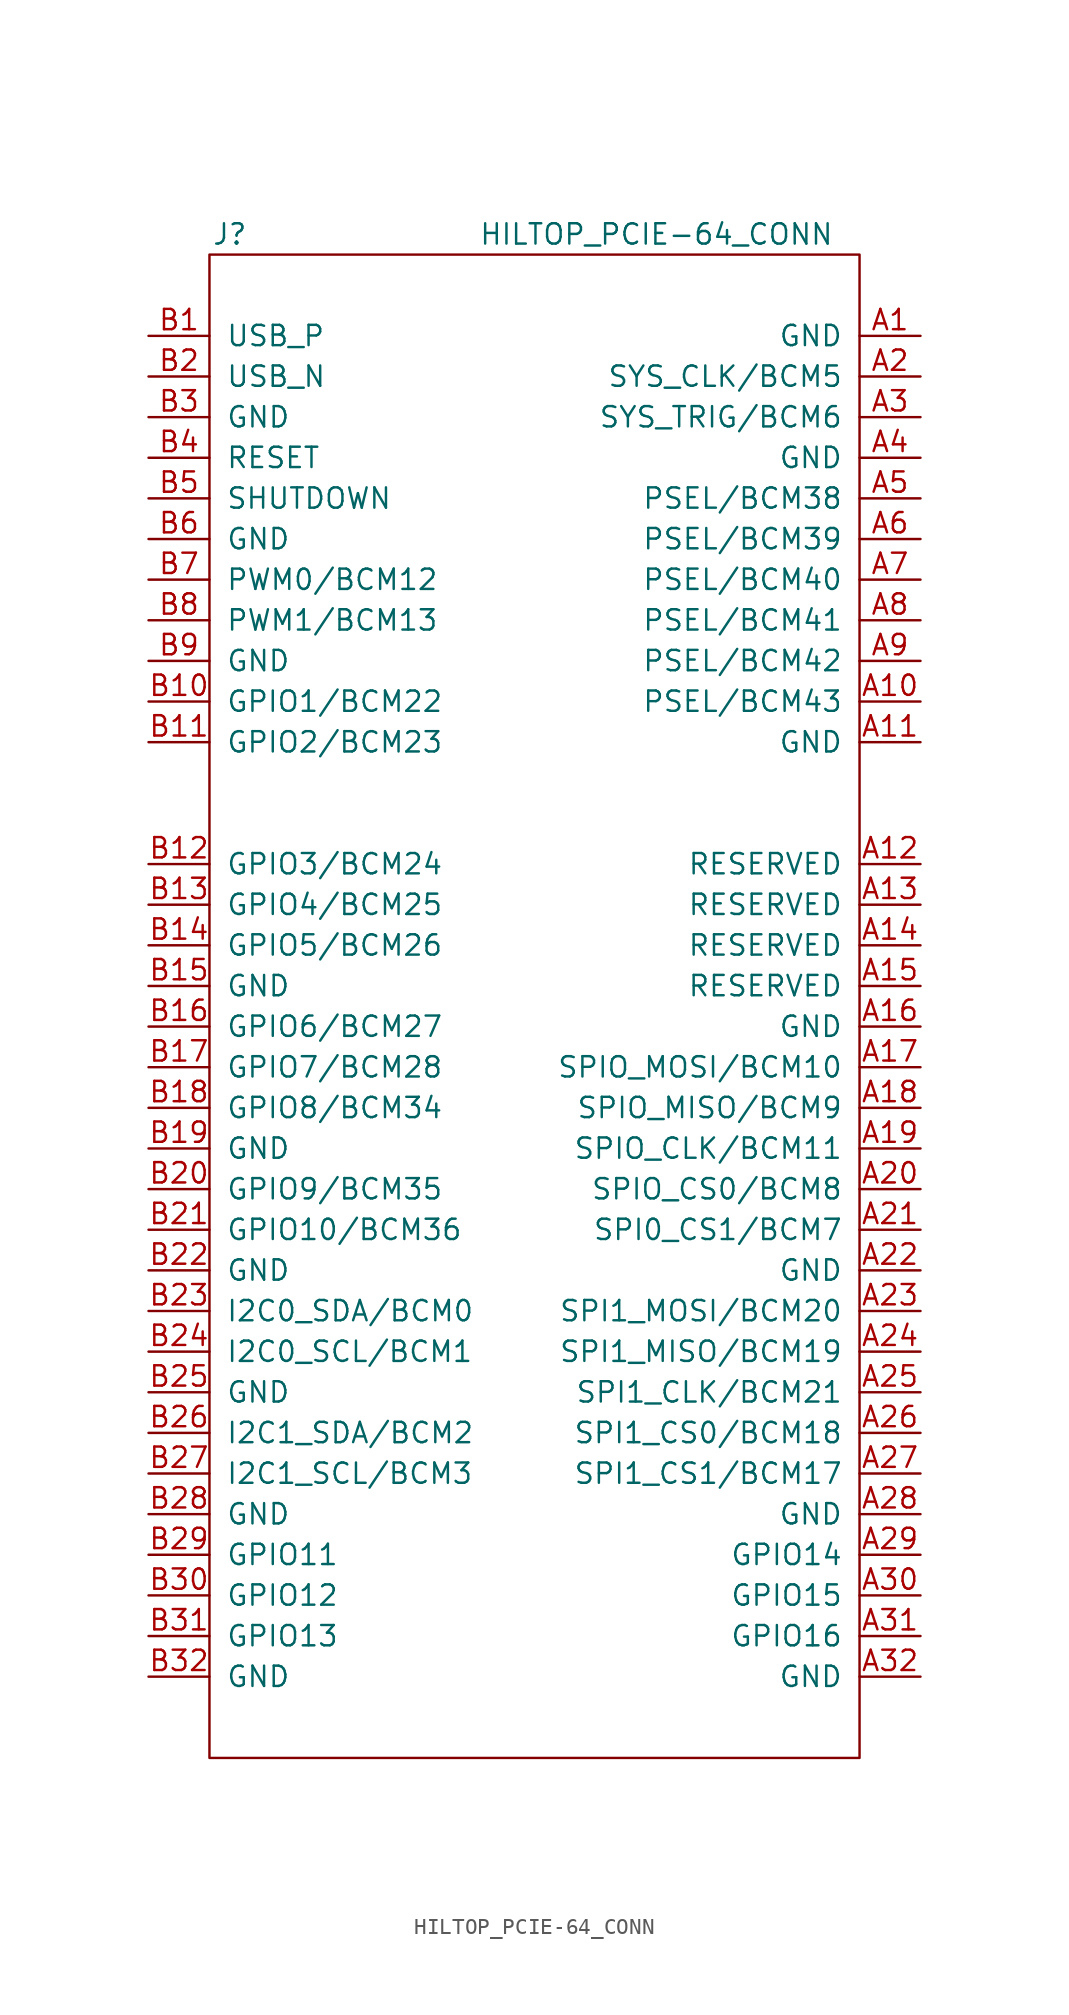
<source format=kicad_sym>
(kicad_symbol_lib
  (version 20211014)
  (generator kicad_symbol_editor)
  (symbol "HILTOP_PCIE-64_CONN"
    (pin_names
      (offset 1.016))
    (property "Reference" "J"
      (at -19.05 45.72 0)
      (effects (font (size 1.27 1.27))))
    (property "Value" "HILTOP_PCIE-64_CONN"
      (at 7.62 45.72 0)
      (effects (font (size 1.27 1.27))))
    (symbol "HILTOP_PCIE-64_CONN_1_0"
      (rectangle (start -20.32 -49.53) (end 20.32 44.45) (stroke (width 0) (type default) (color 0 0 0 0)) (fill (type none))))
    (symbol "HILTOP_PCIE-64_CONN_1_1"
      (pin input line (at 24.13 39.37 180) (length 3.81) (name "GND" (effects (font (size 1.27 1.27)))) (number "A1" (effects (font (size 1.27 1.27)))))
      (pin input line (at 24.13 16.51 180) (length 3.81) (name "PSEL/BCM43" (effects (font (size 1.27 1.27)))) (number "A10" (effects (font (size 1.27 1.27)))))
      (pin input line (at 24.13 13.97 180) (length 3.81) (name "GND" (effects (font (size 1.27 1.27)))) (number "A11" (effects (font (size 1.27 1.27)))))
      (pin input line (at 24.13 6.35 180) (length 3.81) (name "RESERVED" (effects (font (size 1.27 1.27)))) (number "A12" (effects (font (size 1.27 1.27)))))
      (pin input line (at 24.13 3.81 180) (length 3.81) (name "RESERVED" (effects (font (size 1.27 1.27)))) (number "A13" (effects (font (size 1.27 1.27)))))
      (pin input line (at 24.13 1.27 180) (length 3.81) (name "RESERVED" (effects (font (size 1.27 1.27)))) (number "A14" (effects (font (size 1.27 1.27)))))
      (pin input line (at 24.13 -1.27 180) (length 3.81) (name "RESERVED" (effects (font (size 1.27 1.27)))) (number "A15" (effects (font (size 1.27 1.27)))))
      (pin input line (at 24.13 -3.81 180) (length 3.81) (name "GND" (effects (font (size 1.27 1.27)))) (number "A16" (effects (font (size 1.27 1.27)))))
      (pin input line (at 24.13 -6.35 180) (length 3.81) (name "SPIO_MOSI/BCM10" (effects (font (size 1.27 1.27)))) (number "A17" (effects (font (size 1.27 1.27)))))
      (pin input line (at 24.13 -8.89 180) (length 3.81) (name "SPIO_MISO/BCM9" (effects (font (size 1.27 1.27)))) (number "A18" (effects (font (size 1.27 1.27)))))
      (pin input line (at 24.13 -11.43 180) (length 3.81) (name "SPIO_CLK/BCM11" (effects (font (size 1.27 1.27)))) (number "A19" (effects (font (size 1.27 1.27)))))
      (pin input line (at 24.13 36.83 180) (length 3.81) (name "SYS_CLK/BCM5" (effects (font (size 1.27 1.27)))) (number "A2" (effects (font (size 1.27 1.27)))))
      (pin input line (at 24.13 -13.97 180) (length 3.81) (name "SPIO_CS0/BCM8" (effects (font (size 1.27 1.27)))) (number "A20" (effects (font (size 1.27 1.27)))))
      (pin input line (at 24.13 -16.51 180) (length 3.81) (name "SPI0_CS1/BCM7" (effects (font (size 1.27 1.27)))) (number "A21" (effects (font (size 1.27 1.27)))))
      (pin input line (at 24.13 -19.05 180) (length 3.81) (name "GND" (effects (font (size 1.27 1.27)))) (number "A22" (effects (font (size 1.27 1.27)))))
      (pin input line (at 24.13 -21.59 180) (length 3.81) (name "SPI1_MOSI/BCM20" (effects (font (size 1.27 1.27)))) (number "A23" (effects (font (size 1.27 1.27)))))
      (pin input line (at 24.13 -24.13 180) (length 3.81) (name "SPI1_MISO/BCM19" (effects (font (size 1.27 1.27)))) (number "A24" (effects (font (size 1.27 1.27)))))
      (pin input line (at 24.13 -26.67 180) (length 3.81) (name "SPI1_CLK/BCM21" (effects (font (size 1.27 1.27)))) (number "A25" (effects (font (size 1.27 1.27)))))
      (pin input line (at 24.13 -29.21 180) (length 3.81) (name "SPI1_CS0/BCM18" (effects (font (size 1.27 1.27)))) (number "A26" (effects (font (size 1.27 1.27)))))
      (pin input line (at 24.13 -31.75 180) (length 3.81) (name "SPI1_CS1/BCM17" (effects (font (size 1.27 1.27)))) (number "A27" (effects (font (size 1.27 1.27)))))
      (pin input line (at 24.13 -34.29 180) (length 3.81) (name "GND" (effects (font (size 1.27 1.27)))) (number "A28" (effects (font (size 1.27 1.27)))))
      (pin input line (at 24.13 -36.83 180) (length 3.81) (name "GPIO14" (effects (font (size 1.27 1.27)))) (number "A29" (effects (font (size 1.27 1.27)))))
      (pin input line (at 24.13 34.29 180) (length 3.81) (name "SYS_TRIG/BCM6" (effects (font (size 1.27 1.27)))) (number "A3" (effects (font (size 1.27 1.27)))))
      (pin input line (at 24.13 -39.37 180) (length 3.81) (name "GPIO15" (effects (font (size 1.27 1.27)))) (number "A30" (effects (font (size 1.27 1.27)))))
      (pin input line (at 24.13 -41.91 180) (length 3.81) (name "GPIO16" (effects (font (size 1.27 1.27)))) (number "A31" (effects (font (size 1.27 1.27)))))
      (pin input line (at 24.13 -44.45 180) (length 3.81) (name "GND" (effects (font (size 1.27 1.27)))) (number "A32" (effects (font (size 1.27 1.27)))))
      (pin input line (at 24.13 31.75 180) (length 3.81) (name "GND" (effects (font (size 1.27 1.27)))) (number "A4" (effects (font (size 1.27 1.27)))))
      (pin input line (at 24.13 29.21 180) (length 3.81) (name "PSEL/BCM38" (effects (font (size 1.27 1.27)))) (number "A5" (effects (font (size 1.27 1.27)))))
      (pin input line (at 24.13 26.67 180) (length 3.81) (name "PSEL/BCM39" (effects (font (size 1.27 1.27)))) (number "A6" (effects (font (size 1.27 1.27)))))
      (pin input line (at 24.13 24.13 180) (length 3.81) (name "PSEL/BCM40" (effects (font (size 1.27 1.27)))) (number "A7" (effects (font (size 1.27 1.27)))))
      (pin input line (at 24.13 21.59 180) (length 3.81) (name "PSEL/BCM41" (effects (font (size 1.27 1.27)))) (number "A8" (effects (font (size 1.27 1.27)))))
      (pin input line (at 24.13 19.05 180) (length 3.81) (name "PSEL/BCM42" (effects (font (size 1.27 1.27)))) (number "A9" (effects (font (size 1.27 1.27)))))
      (pin input line (at -24.13 39.37 0) (length 3.81) (name "USB_P" (effects (font (size 1.27 1.27)))) (number "B1" (effects (font (size 1.27 1.27)))))
      (pin input line (at -24.13 16.51 0) (length 3.81) (name "GPIO1/BCM22" (effects (font (size 1.27 1.27)))) (number "B10" (effects (font (size 1.27 1.27)))))
      (pin input line (at -24.13 13.97 0) (length 3.81) (name "GPIO2/BCM23" (effects (font (size 1.27 1.27)))) (number "B11" (effects (font (size 1.27 1.27)))))
      (pin input line (at -24.13 6.35 0) (length 3.81) (name "GPIO3/BCM24" (effects (font (size 1.27 1.27)))) (number "B12" (effects (font (size 1.27 1.27)))))
      (pin input line (at -24.13 3.81 0) (length 3.81) (name "GPIO4/BCM25" (effects (font (size 1.27 1.27)))) (number "B13" (effects (font (size 1.27 1.27)))))
      (pin input line (at -24.13 1.27 0) (length 3.81) (name "GPIO5/BCM26" (effects (font (size 1.27 1.27)))) (number "B14" (effects (font (size 1.27 1.27)))))
      (pin input line (at -24.13 -1.27 0) (length 3.81) (name "GND" (effects (font (size 1.27 1.27)))) (number "B15" (effects (font (size 1.27 1.27)))))
      (pin input line (at -24.13 -3.81 0) (length 3.81) (name "GPIO6/BCM27" (effects (font (size 1.27 1.27)))) (number "B16" (effects (font (size 1.27 1.27)))))
      (pin input line (at -24.13 -6.35 0) (length 3.81) (name "GPIO7/BCM28" (effects (font (size 1.27 1.27)))) (number "B17" (effects (font (size 1.27 1.27)))))
      (pin input line (at -24.13 -8.89 0) (length 3.81) (name "GPIO8/BCM34" (effects (font (size 1.27 1.27)))) (number "B18" (effects (font (size 1.27 1.27)))))
      (pin input line (at -24.13 -11.43 0) (length 3.81) (name "GND" (effects (font (size 1.27 1.27)))) (number "B19" (effects (font (size 1.27 1.27)))))
      (pin input line (at -24.13 36.83 0) (length 3.81) (name "USB_N" (effects (font (size 1.27 1.27)))) (number "B2" (effects (font (size 1.27 1.27)))))
      (pin input line (at -24.13 -13.97 0) (length 3.81) (name "GPIO9/BCM35" (effects (font (size 1.27 1.27)))) (number "B20" (effects (font (size 1.27 1.27)))))
      (pin input line (at -24.13 -16.51 0) (length 3.81) (name "GPIO10/BCM36" (effects (font (size 1.27 1.27)))) (number "B21" (effects (font (size 1.27 1.27)))))
      (pin input line (at -24.13 -19.05 0) (length 3.81) (name "GND" (effects (font (size 1.27 1.27)))) (number "B22" (effects (font (size 1.27 1.27)))))
      (pin input line (at -24.13 -21.59 0) (length 3.81) (name "I2C0_SDA/BCM0" (effects (font (size 1.27 1.27)))) (number "B23" (effects (font (size 1.27 1.27)))))
      (pin input line (at -24.13 -24.13 0) (length 3.81) (name "I2C0_SCL/BCM1" (effects (font (size 1.27 1.27)))) (number "B24" (effects (font (size 1.27 1.27)))))
      (pin input line (at -24.13 -26.67 0) (length 3.81) (name "GND" (effects (font (size 1.27 1.27)))) (number "B25" (effects (font (size 1.27 1.27)))))
      (pin input line (at -24.13 -29.21 0) (length 3.81) (name "I2C1_SDA/BCM2" (effects (font (size 1.27 1.27)))) (number "B26" (effects (font (size 1.27 1.27)))))
      (pin input line (at -24.13 -31.75 0) (length 3.81) (name "I2C1_SCL/BCM3" (effects (font (size 1.27 1.27)))) (number "B27" (effects (font (size 1.27 1.27)))))
      (pin input line (at -24.13 -34.29 0) (length 3.81) (name "GND" (effects (font (size 1.27 1.27)))) (number "B28" (effects (font (size 1.27 1.27)))))
      (pin input line (at -24.13 -36.83 0) (length 3.81) (name "GPIO11" (effects (font (size 1.27 1.27)))) (number "B29" (effects (font (size 1.27 1.27)))))
      (pin input line (at -24.13 34.29 0) (length 3.81) (name "GND" (effects (font (size 1.27 1.27)))) (number "B3" (effects (font (size 1.27 1.27)))))
      (pin input line (at -24.13 -39.37 0) (length 3.81) (name "GPIO12" (effects (font (size 1.27 1.27)))) (number "B30" (effects (font (size 1.27 1.27)))))
      (pin input line (at -24.13 -41.91 0) (length 3.81) (name "GPIO13" (effects (font (size 1.27 1.27)))) (number "B31" (effects (font (size 1.27 1.27)))))
      (pin input line (at -24.13 -44.45 0) (length 3.81) (name "GND" (effects (font (size 1.27 1.27)))) (number "B32" (effects (font (size 1.27 1.27)))))
      (pin input line (at -24.13 31.75 0) (length 3.81) (name "RESET" (effects (font (size 1.27 1.27)))) (number "B4" (effects (font (size 1.27 1.27)))))
      (pin input line (at -24.13 29.21 0) (length 3.81) (name "SHUTDOWN" (effects (font (size 1.27 1.27)))) (number "B5" (effects (font (size 1.27 1.27)))))
      (pin input line (at -24.13 26.67 0) (length 3.81) (name "GND" (effects (font (size 1.27 1.27)))) (number "B6" (effects (font (size 1.27 1.27)))))
      (pin input line (at -24.13 24.13 0) (length 3.81) (name "PWM0/BCM12" (effects (font (size 1.27 1.27)))) (number "B7" (effects (font (size 1.27 1.27)))))
      (pin input line (at -24.13 21.59 0) (length 3.81) (name "PWM1/BCM13" (effects (font (size 1.27 1.27)))) (number "B8" (effects (font (size 1.27 1.27)))))
      (pin input line (at -24.13 19.05 0) (length 3.81) (name "GND" (effects (font (size 1.27 1.27)))) (number "B9" (effects (font (size 1.27 1.27))))))))
</source>
